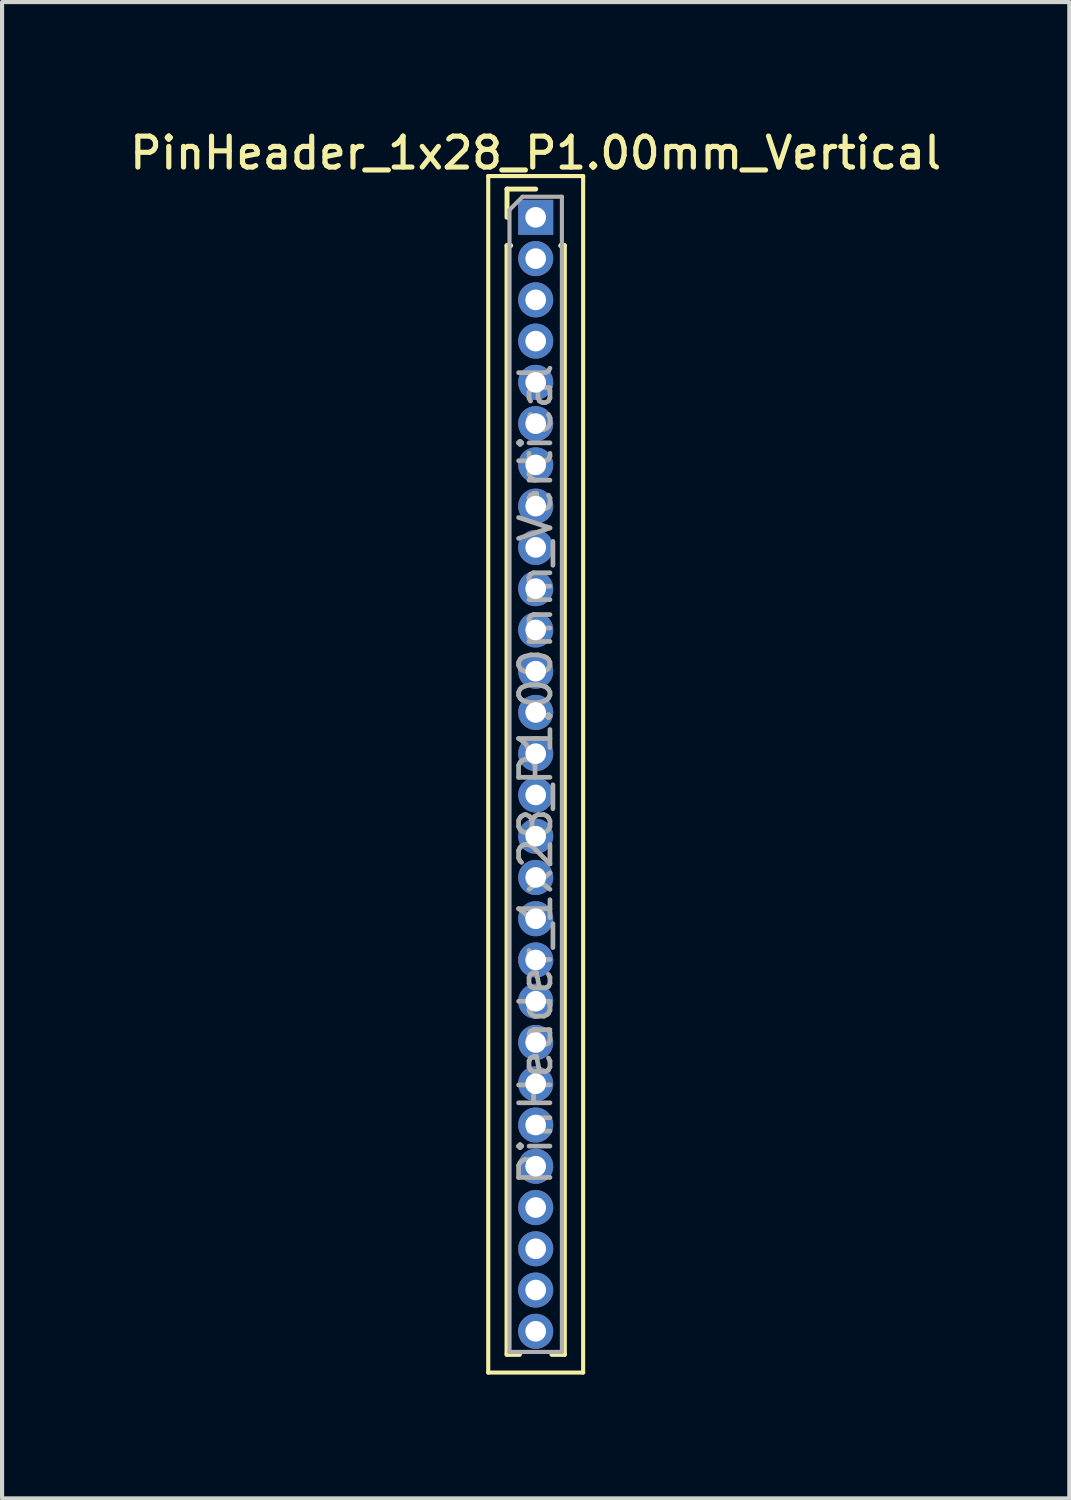
<source format=kicad_pcb>
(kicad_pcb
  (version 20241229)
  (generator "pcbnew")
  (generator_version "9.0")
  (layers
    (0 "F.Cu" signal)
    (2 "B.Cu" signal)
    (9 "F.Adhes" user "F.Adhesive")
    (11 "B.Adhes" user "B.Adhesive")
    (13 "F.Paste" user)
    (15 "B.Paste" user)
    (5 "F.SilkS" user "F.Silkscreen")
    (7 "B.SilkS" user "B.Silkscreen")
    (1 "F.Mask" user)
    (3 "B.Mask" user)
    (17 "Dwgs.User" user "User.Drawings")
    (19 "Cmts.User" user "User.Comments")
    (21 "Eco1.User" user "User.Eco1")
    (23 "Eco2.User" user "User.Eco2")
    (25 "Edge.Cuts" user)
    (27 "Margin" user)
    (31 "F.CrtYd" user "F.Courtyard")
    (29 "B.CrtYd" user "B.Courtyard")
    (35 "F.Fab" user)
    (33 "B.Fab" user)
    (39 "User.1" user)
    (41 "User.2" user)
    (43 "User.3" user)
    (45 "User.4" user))
  (footprint "PinHeader_1x28_P1.00mm_Vertical"
    (layer "F.Cu")
    (at 9.934 2.218)
    (property "Reference" "PinHeader_1x28_P1.00mm_Vertical" (at 0 -1.56 0) (layer "F.SilkS") (effects (font (size 0.75 0.75) (thickness 0.125))))
    (attr through_hole)
    (fp_line (start -1.15 -1) (end -1.15 28) (stroke (width 0.1) (type solid)) (layer "F.SilkS"))
    (fp_line (start -1.15 28) (end 1.15 28) (stroke (width 0.1) (type solid)) (layer "F.SilkS"))
    (fp_line (start -0.695 -0.685) (end 0 -0.685) (stroke (width 0.12) (type solid)) (layer "F.SilkS"))
    (fp_line (start -0.695 0) (end -0.695 -0.685) (stroke (width 0.12) (type solid)) (layer "F.SilkS"))
    (fp_line (start -0.695 0.685) (end -0.695 27.56) (stroke (width 0.12) (type solid)) (layer "F.SilkS"))
    (fp_line (start -0.695 0.685) (end -0.608 0.685) (stroke (width 0.12) (type solid)) (layer "F.SilkS"))
    (fp_line (start -0.695 27.56) (end -0.394 27.56) (stroke (width 0.12) (type solid)) (layer "F.SilkS"))
    (fp_line (start 0.394 27.56) (end 0.695 27.56) (stroke (width 0.12) (type solid)) (layer "F.SilkS"))
    (fp_line (start 0.608 0.685) (end 0.695 0.685) (stroke (width 0.12) (type solid)) (layer "F.SilkS"))
    (fp_line (start 0.695 0.685) (end 0.695 27.56) (stroke (width 0.12) (type solid)) (layer "F.SilkS"))
    (fp_line (start 1.15 -1) (end -1.15 -1) (stroke (width 0.1) (type solid)) (layer "F.SilkS"))
    (fp_line (start 1.15 28) (end 1.15 -1) (stroke (width 0.1) (type solid)) (layer "F.SilkS"))
    (fp_line (start -0.635 -0.182) (end -0.318 -0.5) (stroke (width 0.1) (type solid)) (layer "F.Fab"))
    (fp_line (start -0.635 27.5) (end -0.635 -0.182) (stroke (width 0.1) (type solid)) (layer "F.Fab"))
    (fp_line (start -0.318 -0.5) (end 0.635 -0.5) (stroke (width 0.1) (type solid)) (layer "F.Fab"))
    (fp_line (start 0.635 -0.5) (end 0.635 27.5) (stroke (width 0.1) (type solid)) (layer "F.Fab"))
    (fp_line (start 0.635 27.5) (end -0.635 27.5) (stroke (width 0.1) (type solid)) (layer "F.Fab"))
    (fp_text user "${REFERENCE}" (at 0 13.5 90) (layer "F.Fab") (effects (font (size 0.76 0.76) (thickness 0.114))))
    (pad "1" thru_hole rect (at 0 0) (size 0.85 0.85) (drill 0.5) (layers "*.Cu" "*.Mask"))
    (pad "2" thru_hole oval (at 0 1) (size 0.85 0.85) (drill 0.5) (layers "*.Cu" "*.Mask"))
    (pad "3" thru_hole oval (at 0 2) (size 0.85 0.85) (drill 0.5) (layers "*.Cu" "*.Mask"))
    (pad "4" thru_hole oval (at 0 3) (size 0.85 0.85) (drill 0.5) (layers "*.Cu" "*.Mask"))
    (pad "5" thru_hole oval (at 0 4) (size 0.85 0.85) (drill 0.5) (layers "*.Cu" "*.Mask"))
    (pad "6" thru_hole oval (at 0 5) (size 0.85 0.85) (drill 0.5) (layers "*.Cu" "*.Mask"))
    (pad "7" thru_hole oval (at 0 6) (size 0.85 0.85) (drill 0.5) (layers "*.Cu" "*.Mask"))
    (pad "8" thru_hole oval (at 0 7) (size 0.85 0.85) (drill 0.5) (layers "*.Cu" "*.Mask"))
    (pad "9" thru_hole oval (at 0 8) (size 0.85 0.85) (drill 0.5) (layers "*.Cu" "*.Mask"))
    (pad "10" thru_hole oval (at 0 9) (size 0.85 0.85) (drill 0.5) (layers "*.Cu" "*.Mask"))
    (pad "11" thru_hole oval (at 0 10) (size 0.85 0.85) (drill 0.5) (layers "*.Cu" "*.Mask"))
    (pad "12" thru_hole oval (at 0 11) (size 0.85 0.85) (drill 0.5) (layers "*.Cu" "*.Mask"))
    (pad "13" thru_hole oval (at 0 12) (size 0.85 0.85) (drill 0.5) (layers "*.Cu" "*.Mask"))
    (pad "14" thru_hole oval (at 0 13) (size 0.85 0.85) (drill 0.5) (layers "*.Cu" "*.Mask"))
    (pad "15" thru_hole oval (at 0 14) (size 0.85 0.85) (drill 0.5) (layers "*.Cu" "*.Mask"))
    (pad "16" thru_hole oval (at 0 15) (size 0.85 0.85) (drill 0.5) (layers "*.Cu" "*.Mask"))
    (pad "17" thru_hole oval (at 0 16) (size 0.85 0.85) (drill 0.5) (layers "*.Cu" "*.Mask"))
    (pad "18" thru_hole oval (at 0 17) (size 0.85 0.85) (drill 0.5) (layers "*.Cu" "*.Mask"))
    (pad "19" thru_hole oval (at 0 18) (size 0.85 0.85) (drill 0.5) (layers "*.Cu" "*.Mask"))
    (pad "20" thru_hole oval (at 0 19) (size 0.85 0.85) (drill 0.5) (layers "*.Cu" "*.Mask"))
    (pad "21" thru_hole oval (at 0 20) (size 0.85 0.85) (drill 0.5) (layers "*.Cu" "*.Mask"))
    (pad "22" thru_hole oval (at 0 21) (size 0.85 0.85) (drill 0.5) (layers "*.Cu" "*.Mask"))
    (pad "23" thru_hole oval (at 0 22) (size 0.85 0.85) (drill 0.5) (layers "*.Cu" "*.Mask"))
    (pad "24" thru_hole oval (at 0 23) (size 0.85 0.85) (drill 0.5) (layers "*.Cu" "*.Mask"))
    (pad "25" thru_hole oval (at 0 24) (size 0.85 0.85) (drill 0.5) (layers "*.Cu" "*.Mask"))
    (pad "26" thru_hole oval (at 0 25) (size 0.85 0.85) (drill 0.5) (layers "*.Cu" "*.Mask"))
    (pad "27" thru_hole oval (at 0 26) (size 0.85 0.85) (drill 0.5) (layers "*.Cu" "*.Mask"))
    (pad "28" thru_hole oval (at 0 27) (size 0.85 0.85) (drill 0.5) (layers "*.Cu" "*.Mask")))
  (gr_rect
    (start -3 -3)
    (end 22.868 33.268)
    (stroke (width 0.1) (type default))
    (fill no)
    (layer "Edge.Cuts")))
</source>
